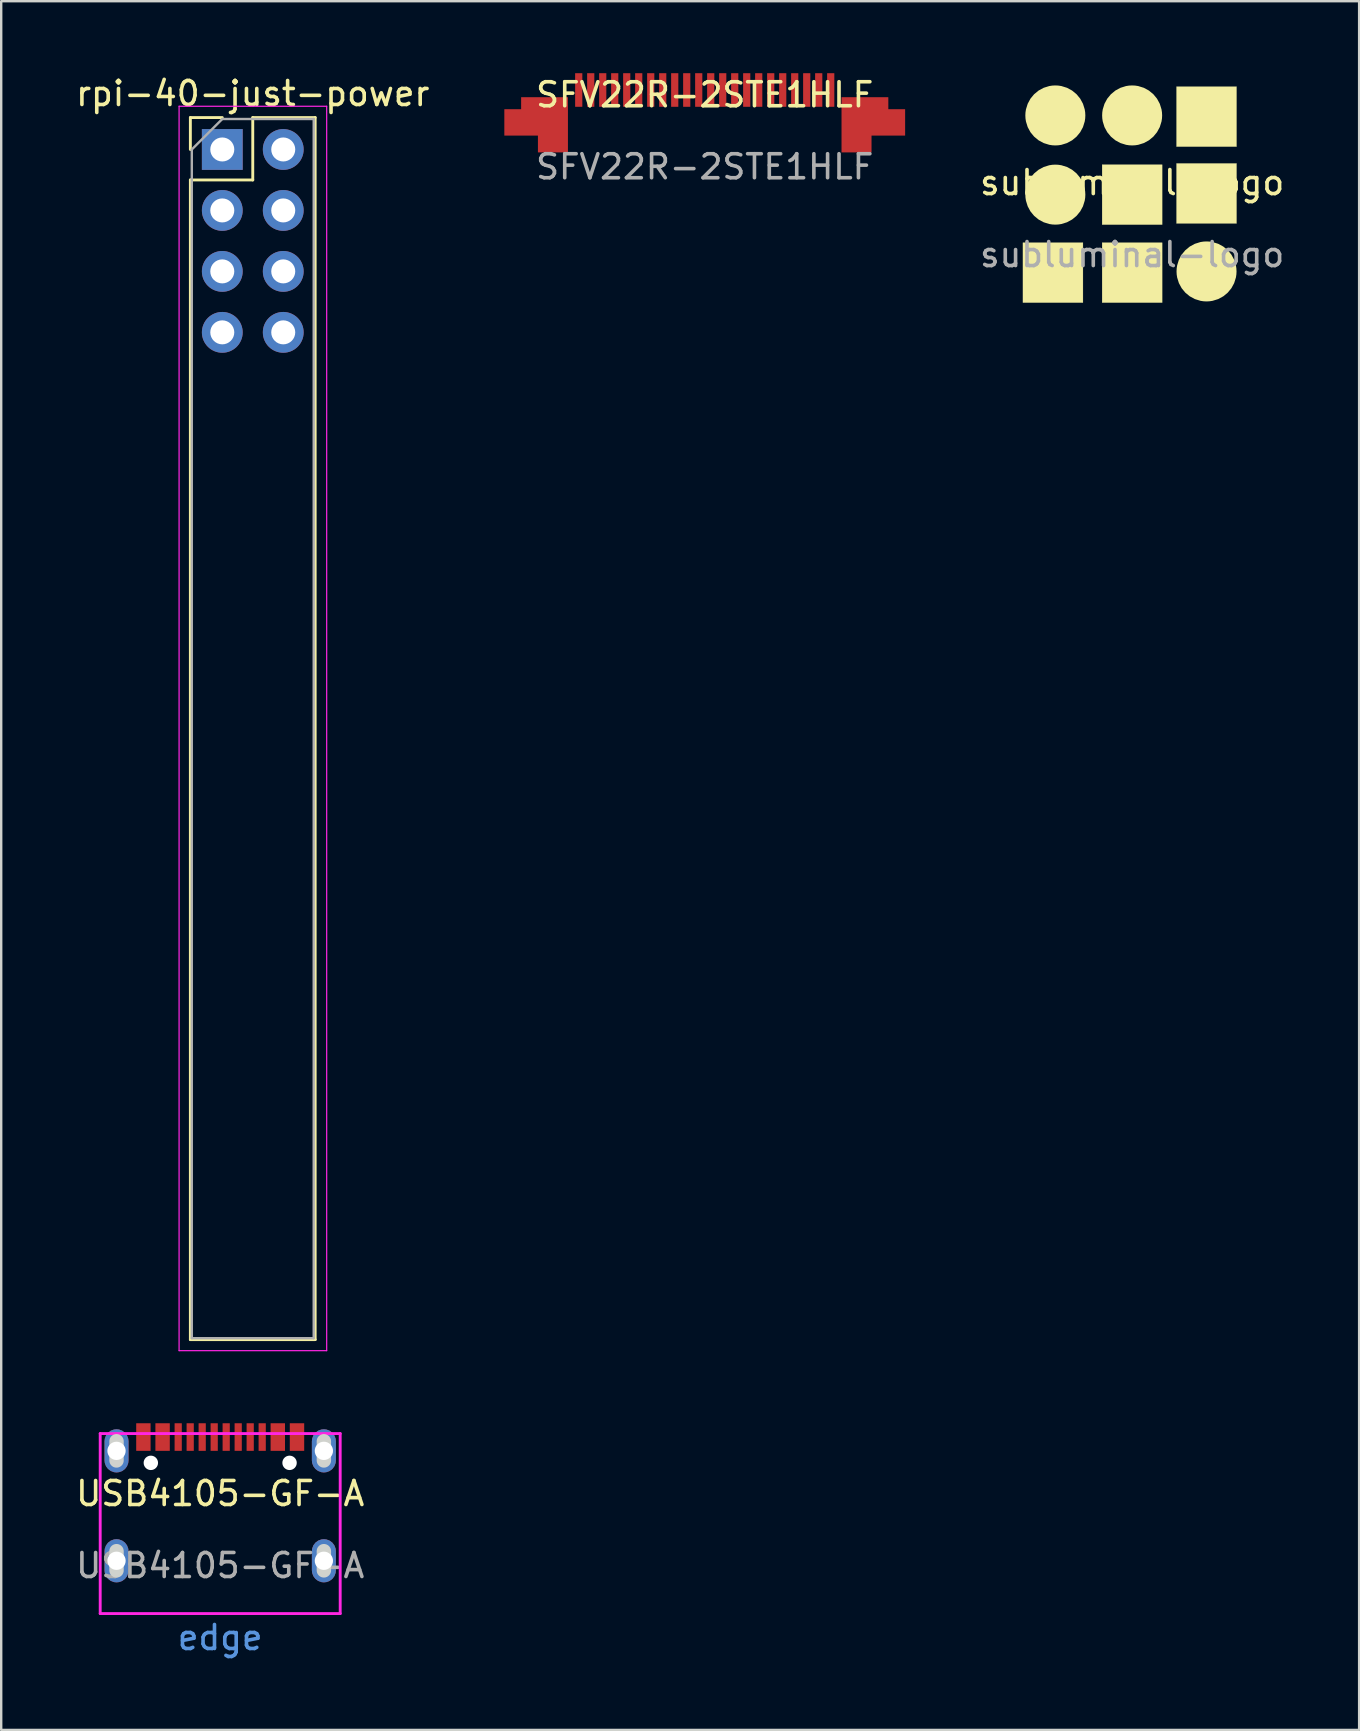
<source format=kicad_pcb>
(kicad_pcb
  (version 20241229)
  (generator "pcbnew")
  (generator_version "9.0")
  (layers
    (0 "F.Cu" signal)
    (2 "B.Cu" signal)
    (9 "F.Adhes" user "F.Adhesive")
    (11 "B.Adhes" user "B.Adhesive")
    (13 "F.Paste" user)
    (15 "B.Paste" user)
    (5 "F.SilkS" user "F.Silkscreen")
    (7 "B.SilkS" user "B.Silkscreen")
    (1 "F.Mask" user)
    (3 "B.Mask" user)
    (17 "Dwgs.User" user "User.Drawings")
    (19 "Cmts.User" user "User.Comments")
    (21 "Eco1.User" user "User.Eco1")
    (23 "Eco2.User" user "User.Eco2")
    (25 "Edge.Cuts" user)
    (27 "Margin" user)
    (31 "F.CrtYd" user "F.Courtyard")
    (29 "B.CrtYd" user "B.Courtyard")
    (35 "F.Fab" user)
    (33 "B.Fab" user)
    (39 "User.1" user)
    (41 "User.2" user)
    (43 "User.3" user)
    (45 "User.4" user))
  (footprint "SFV22R-2STE1HLF"
    (layer "F.Cu")
    (at 26.314 1.4)
    (property "Reference" "SFV22R-2STE1HLF" (at 0 -0.5 0) (unlocked yes) (layer "F.SilkS") (effects (font (size 1 1) (thickness 0.15))))
    (fp_line (start -8 4.2) (end 8 4.2) (stroke (width 0.12) (type solid)) (layer "User.9"))
    (fp_line (start 6.75 3.75) (end 7.25 3.75) (stroke (width 0.12) (type solid)) (layer "User.9"))
    (fp_line (start 7 2.5) (end 7 4) (stroke (width 0.12) (type solid)) (layer "User.9"))
    (fp_line (start 7 4) (end 6.75 3.75) (stroke (width 0.12) (type solid)) (layer "User.9"))
    (fp_line (start 7.25 3.75) (end 7 4) (stroke (width 0.12) (type solid)) (layer "User.9"))
    (fp_text user "${REFERENCE}" (at 0 2.5 0) (unlocked yes) (layer "F.Fab") (effects (font (size 1 1) (thickness 0.15))))
    (fp_text user "edge" (at 4 3.25 0) (unlocked yes) (layer "User.9") (effects (font (size 1 1) (thickness 0.15))))
    (pad "1" smd rect (at -5.25 -0.7) (size 0.3 1.4) (layers "F.Cu" "F.Mask" "F.Paste"))
    (pad "2" smd rect (at -4.75 -0.7) (size 0.3 1.4) (layers "F.Cu" "F.Mask" "F.Paste"))
    (pad "3" smd rect (at -4.25 -0.7) (size 0.3 1.4) (layers "F.Cu" "F.Mask" "F.Paste"))
    (pad "4" smd rect (at -3.75 -0.7) (size 0.3 1.4) (layers "F.Cu" "F.Mask" "F.Paste"))
    (pad "5" smd rect (at -3.25 -0.7) (size 0.3 1.4) (layers "F.Cu" "F.Mask" "F.Paste"))
    (pad "6" smd rect (at -2.75 -0.7) (size 0.3 1.4) (layers "F.Cu" "F.Mask" "F.Paste"))
    (pad "7" smd rect (at -2.25 -0.7) (size 0.3 1.4) (layers "F.Cu" "F.Mask" "F.Paste"))
    (pad "8" smd rect (at -1.75 -0.7) (size 0.3 1.4) (layers "F.Cu" "F.Mask" "F.Paste"))
    (pad "9" smd rect (at -1.25 -0.7) (size 0.3 1.4) (layers "F.Cu" "F.Mask" "F.Paste"))
    (pad "10" smd rect (at -0.75 -0.7) (size 0.3 1.4) (layers "F.Cu" "F.Mask" "F.Paste"))
    (pad "11" smd rect (at -0.25 -0.7) (size 0.3 1.4) (layers "F.Cu" "F.Mask" "F.Paste"))
    (pad "12" smd rect (at 0.25 -0.7) (size 0.3 1.4) (layers "F.Cu" "F.Mask" "F.Paste"))
    (pad "13" smd rect (at 0.75 -0.7) (size 0.3 1.4) (layers "F.Cu" "F.Mask" "F.Paste"))
    (pad "14" smd rect (at 1.25 -0.7) (size 0.3 1.4) (layers "F.Cu" "F.Mask" "F.Paste"))
    (pad "15" smd rect (at 1.75 -0.7) (size 0.3 1.4) (layers "F.Cu" "F.Mask" "F.Paste"))
    (pad "16" smd rect (at 2.25 -0.7) (size 0.3 1.4) (layers "F.Cu" "F.Mask" "F.Paste"))
    (pad "17" smd rect (at 2.75 -0.7) (size 0.3 1.4) (layers "F.Cu" "F.Mask" "F.Paste"))
    (pad "18" smd rect (at 3.25 -0.7) (size 0.3 1.4) (layers "F.Cu" "F.Mask" "F.Paste"))
    (pad "19" smd rect (at 3.75 -0.7) (size 0.3 1.4) (layers "F.Cu" "F.Mask" "F.Paste"))
    (pad "20" smd rect (at 4.25 -0.7) (size 0.3 1.4) (layers "F.Cu" "F.Mask" "F.Paste"))
    (pad "21" smd rect (at 4.75 -0.7) (size 0.3 1.4) (layers "F.Cu" "F.Mask" "F.Paste"))
    (pad "22" smd rect (at 5.25 -0.7) (size 0.3 1.4) (layers "F.Cu" "F.Mask" "F.Paste"))
    (pad "23" smd custom (at 6.2 0.1) (size 1 1) (layers "F.Cu" "F.Mask" "F.Paste") (options (anchor rect)) (primitives (gr_poly (pts (xy -0.5 -0.5) (xy 1.45 -0.5) (xy 1.45 0) (xy 2.15 0) (xy 2.15 1.1) (xy 0.75 1.1) (xy 0.75 1.8) (xy -0.5 1.8)) (width 0) (fill yes))))
    (pad "24" smd custom (at -6.2 0.1) (size 1 1) (layers "F.Cu" "F.Mask" "F.Paste") (options (anchor rect)) (primitives (gr_poly (pts (xy 0.5 -0.5) (xy -1.45 -0.5) (xy -1.45 0) (xy -2.15 0) (xy -2.15 1.1) (xy -0.75 1.1) (xy -0.75 1.8) (xy 0.5 1.8)) (width 0) (fill yes)))))
  (footprint "subluminal-logo"
    (layer "F.Cu")
    (at 44.123 5.06)
    (property "Reference" "subluminal-logo" (at 0 -0.5 0) (unlocked yes) (layer "F.SilkS") (effects (font (size 1 1) (thickness 0.15))))
    (fp_circle (center -3.2 -3.3) (end -2.575 -3.3) (stroke (width 1.25) (type solid)) (fill no) (layer "F.SilkS"))
    (fp_circle (center -3.2 0) (end -2.575 0) (stroke (width 1.25) (type solid)) (fill no) (layer "F.SilkS"))
    (fp_circle (center 0 -3.3) (end 0.625 -3.3) (stroke (width 1.25) (type solid)) (fill no) (layer "F.SilkS"))
    (fp_circle (center 3.1 3.2) (end 3.725 3.2) (stroke (width 1.25) (type solid)) (fill no) (layer "F.SilkS"))
    (fp_poly (pts (xy -2.05 4.5) (xy -4.55 4.5) (xy -4.55 2) (xy -2.05 2)) (stroke (width 0.01) (type solid)) (fill yes) (layer "F.SilkS"))
    (fp_poly (pts (xy 1.25 1.25) (xy -1.25 1.25) (xy -1.25 -1.25) (xy 1.25 -1.25)) (stroke (width 0.01) (type solid)) (fill yes) (layer "F.SilkS"))
    (fp_poly (pts (xy 1.25 4.5) (xy -1.25 4.5) (xy -1.25 2) (xy 1.25 2)) (stroke (width 0.01) (type solid)) (fill yes) (layer "F.SilkS"))
    (fp_poly (pts (xy 4.35 -2) (xy 1.85 -2) (xy 1.85 -4.5) (xy 4.35 -4.5)) (stroke (width 0.01) (type solid)) (fill yes) (layer "F.SilkS"))
    (fp_poly (pts (xy 4.35 1.2) (xy 1.85 1.2) (xy 1.85 -1.3) (xy 4.35 -1.3)) (stroke (width 0.01) (type solid)) (fill yes) (layer "F.SilkS"))
    (fp_rect (start -5 -5) (end 5 5) (stroke (width 0.12) (type solid)) (fill no) (layer "User.2"))
    (fp_text user "${REFERENCE}" (at 0 2.5 0) (unlocked yes) (layer "F.Fab") (effects (font (size 1 1) (thickness 0.15)))))
  (footprint "USB4105-GF-A"
    (layer "F.Cu")
    (at 6.125 64.183)
    (property "Reference" "USB4105-GF-A" (at 0 -5 0) (unlocked yes) (layer "F.SilkS") (effects (font (size 1 1) (thickness 0.15))))
    (fp_line (start -4.32 -7.18) (end -4.32 -6.38) (stroke (width 0.6) (type solid)) (layer "Edge.Cuts"))
    (fp_line (start -4.32 -2.6) (end -4.32 -1.8) (stroke (width 0.6) (type solid)) (layer "Edge.Cuts"))
    (fp_line (start 4.32 -7.18) (end 4.32 -6.38) (stroke (width 0.6) (type solid)) (layer "Edge.Cuts"))
    (fp_line (start 4.32 -2.6) (end 4.32 -1.8) (stroke (width 0.6) (type solid)) (layer "Edge.Cuts"))
    (fp_line (start -5 -7.5) (end 5 -7.5) (stroke (width 0.12) (type solid)) (layer "F.CrtYd"))
    (fp_line (start -5 0) (end -5 -7.5) (stroke (width 0.12) (type solid)) (layer "F.CrtYd"))
    (fp_line (start 5 -7.5) (end 5 0) (stroke (width 0.12) (type solid)) (layer "F.CrtYd"))
    (fp_line (start 5 0) (end -5 0) (stroke (width 0.12) (type solid)) (layer "F.CrtYd"))
    (fp_text user "edge" (at 0 1 0) (unlocked yes) (layer "Cmts.User") (effects (font (size 1 1) (thickness 0.15))))
    (fp_text user "${REFERENCE}" (at 0 -2 0) (unlocked yes) (layer "F.Fab") (effects (font (size 1 1) (thickness 0.15))))
    (pad "" np_thru_hole circle (at -2.89 -6.28) (size 0.6 0.6) (drill 0.65) (layers "*.Cu" "*.Mask"))
    (pad "" np_thru_hole circle (at 2.89 -6.28) (size 0.6 0.6) (drill 0.65) (layers "*.Cu" "*.Mask"))
    (pad "A5" smd rect (at -1.25 -7.355) (size 0.3 1.15) (layers "F.Cu" "F.Mask" "F.Paste"))
    (pad "A6" smd rect (at -0.25 -7.355) (size 0.3 1.15) (layers "F.Cu" "F.Mask" "F.Paste"))
    (pad "A7" smd rect (at 0.25 -7.355) (size 0.3 1.15) (layers "F.Cu" "F.Mask" "F.Paste"))
    (pad "A8" smd rect (at 1.25 -7.355) (size 0.3 1.15) (layers "F.Cu" "F.Mask" "F.Paste"))
    (pad "B5" smd rect (at 1.75 -7.355) (size 0.3 1.15) (layers "F.Cu" "F.Mask" "F.Paste"))
    (pad "B6" smd rect (at 0.75 -7.355) (size 0.3 1.15) (layers "F.Cu" "F.Mask" "F.Paste"))
    (pad "B7" smd rect (at -0.75 -7.355) (size 0.3 1.15) (layers "F.Cu" "F.Mask" "F.Paste" "Eco1.User"))
    (pad "B8" smd rect (at -1.75 -7.355) (size 0.3 1.15) (layers "F.Cu" "F.Mask" "F.Paste"))
    (pad "GND" smd rect (at -3.2 -7.355) (size 0.6 1.15) (layers "F.Cu" "F.Mask" "F.Paste"))
    (pad "GND" smd rect (at 3.2 -7.355) (size 0.6 1.15) (layers "F.Cu" "F.Mask" "F.Paste"))
    (pad "SHLD" thru_hole roundrect (at -4.32 -6.78) (size 1 1.8) (drill 0.762) (layers "*.Cu" "*.Mask") (roundrect_rratio 0.5))
    (pad "SHLD" thru_hole roundrect (at -4.32 -2.2) (size 1 1.8) (drill 0.762) (layers "*.Cu" "*.Mask") (roundrect_rratio 0.5))
    (pad "SHLD" thru_hole roundrect (at 4.32 -6.78) (size 1 1.8) (drill 0.762) (layers "*.Cu" "*.Mask") (roundrect_rratio 0.5))
    (pad "SHLD" thru_hole roundrect (at 4.32 -2.2) (size 1 1.8) (drill 0.762) (layers "*.Cu" "*.Mask") (roundrect_rratio 0.5))
    (pad "VBUS" smd rect (at -2.4 -7.355) (size 0.6 1.15) (layers "F.Cu" "F.Mask" "F.Paste"))
    (pad "VBUS" smd rect (at 2.4 -7.355) (size 0.6 1.15) (layers "F.Cu" "F.Mask" "F.Paste")))
  (footprint "rpi-40-just-power"
    (layer "F.Cu")
    (at 6.212 3.178)
    (property "Reference" "rpi-40-just-power" (at 1.27 -2.33 0) (layer "F.SilkS") (effects (font (size 1 1) (thickness 0.15))))
    (attr through_hole)
    (fp_line (start -1.33 -1.33) (end 0 -1.33) (stroke (width 0.12) (type solid)) (layer "F.SilkS"))
    (fp_line (start -1.33 0) (end -1.33 -1.33) (stroke (width 0.12) (type solid)) (layer "F.SilkS"))
    (fp_line (start -1.33 1.27) (end -1.33 49.59) (stroke (width 0.12) (type solid)) (layer "F.SilkS"))
    (fp_line (start -1.33 1.27) (end 1.27 1.27) (stroke (width 0.12) (type solid)) (layer "F.SilkS"))
    (fp_line (start -1.33 49.59) (end 3.87 49.59) (stroke (width 0.12) (type solid)) (layer "F.SilkS"))
    (fp_line (start 1.27 -1.33) (end 3.87 -1.33) (stroke (width 0.12) (type solid)) (layer "F.SilkS"))
    (fp_line (start 1.27 1.27) (end 1.27 -1.33) (stroke (width 0.12) (type solid)) (layer "F.SilkS"))
    (fp_line (start 3.87 -1.33) (end 3.87 49.59) (stroke (width 0.12) (type solid)) (layer "F.SilkS"))
    (fp_line (start -1.8 -1.8) (end -1.8 50.05) (stroke (width 0.05) (type solid)) (layer "F.CrtYd"))
    (fp_line (start -1.8 50.05) (end 4.35 50.05) (stroke (width 0.05) (type solid)) (layer "F.CrtYd"))
    (fp_line (start 4.35 -1.8) (end -1.8 -1.8) (stroke (width 0.05) (type solid)) (layer "F.CrtYd"))
    (fp_line (start 4.35 50.05) (end 4.35 -1.8) (stroke (width 0.05) (type solid)) (layer "F.CrtYd"))
    (fp_line (start -1.27 0) (end 0 -1.27) (stroke (width 0.1) (type solid)) (layer "F.Fab"))
    (fp_line (start -1.27 49.53) (end -1.27 0) (stroke (width 0.1) (type solid)) (layer "F.Fab"))
    (fp_line (start 0 -1.27) (end 3.81 -1.27) (stroke (width 0.1) (type solid)) (layer "F.Fab"))
    (fp_line (start 3.81 -1.27) (end 3.81 49.53) (stroke (width 0.1) (type solid)) (layer "F.Fab"))
    (fp_line (start 3.81 49.53) (end -1.27 49.53) (stroke (width 0.1) (type solid)) (layer "F.Fab"))
    (pad "1" thru_hole rect (at 0 0) (size 1.7 1.7) (drill 1) (layers "*.Cu" "*.Mask"))
    (pad "2" thru_hole oval (at 2.54 0) (size 1.7 1.7) (drill 1) (layers "*.Cu" "*.Mask"))
    (pad "3" thru_hole oval (at 0 2.54) (size 1.7 1.7) (drill 1) (layers "*.Cu" "*.Mask"))
    (pad "4" thru_hole oval (at 2.54 2.54) (size 1.7 1.7) (drill 1) (layers "*.Cu" "*.Mask"))
    (pad "5" thru_hole oval (at 0 5.08) (size 1.7 1.7) (drill 1) (layers "*.Cu" "*.Mask"))
    (pad "6" thru_hole oval (at 2.54 5.08) (size 1.7 1.7) (drill 1) (layers "*.Cu" "*.Mask"))
    (pad "7" thru_hole oval (at 0 7.62) (size 1.7 1.7) (drill 1) (layers "*.Cu" "*.Mask"))
    (pad "8" thru_hole oval (at 2.54 7.62) (size 1.7 1.7) (drill 1) (layers "*.Cu" "*.Mask")))
  (gr_rect
    (start -3 -3)
    (end 53.581 69.031)
    (stroke (width 0.1) (type default))
    (fill no)
    (layer "Edge.Cuts")))
</source>
